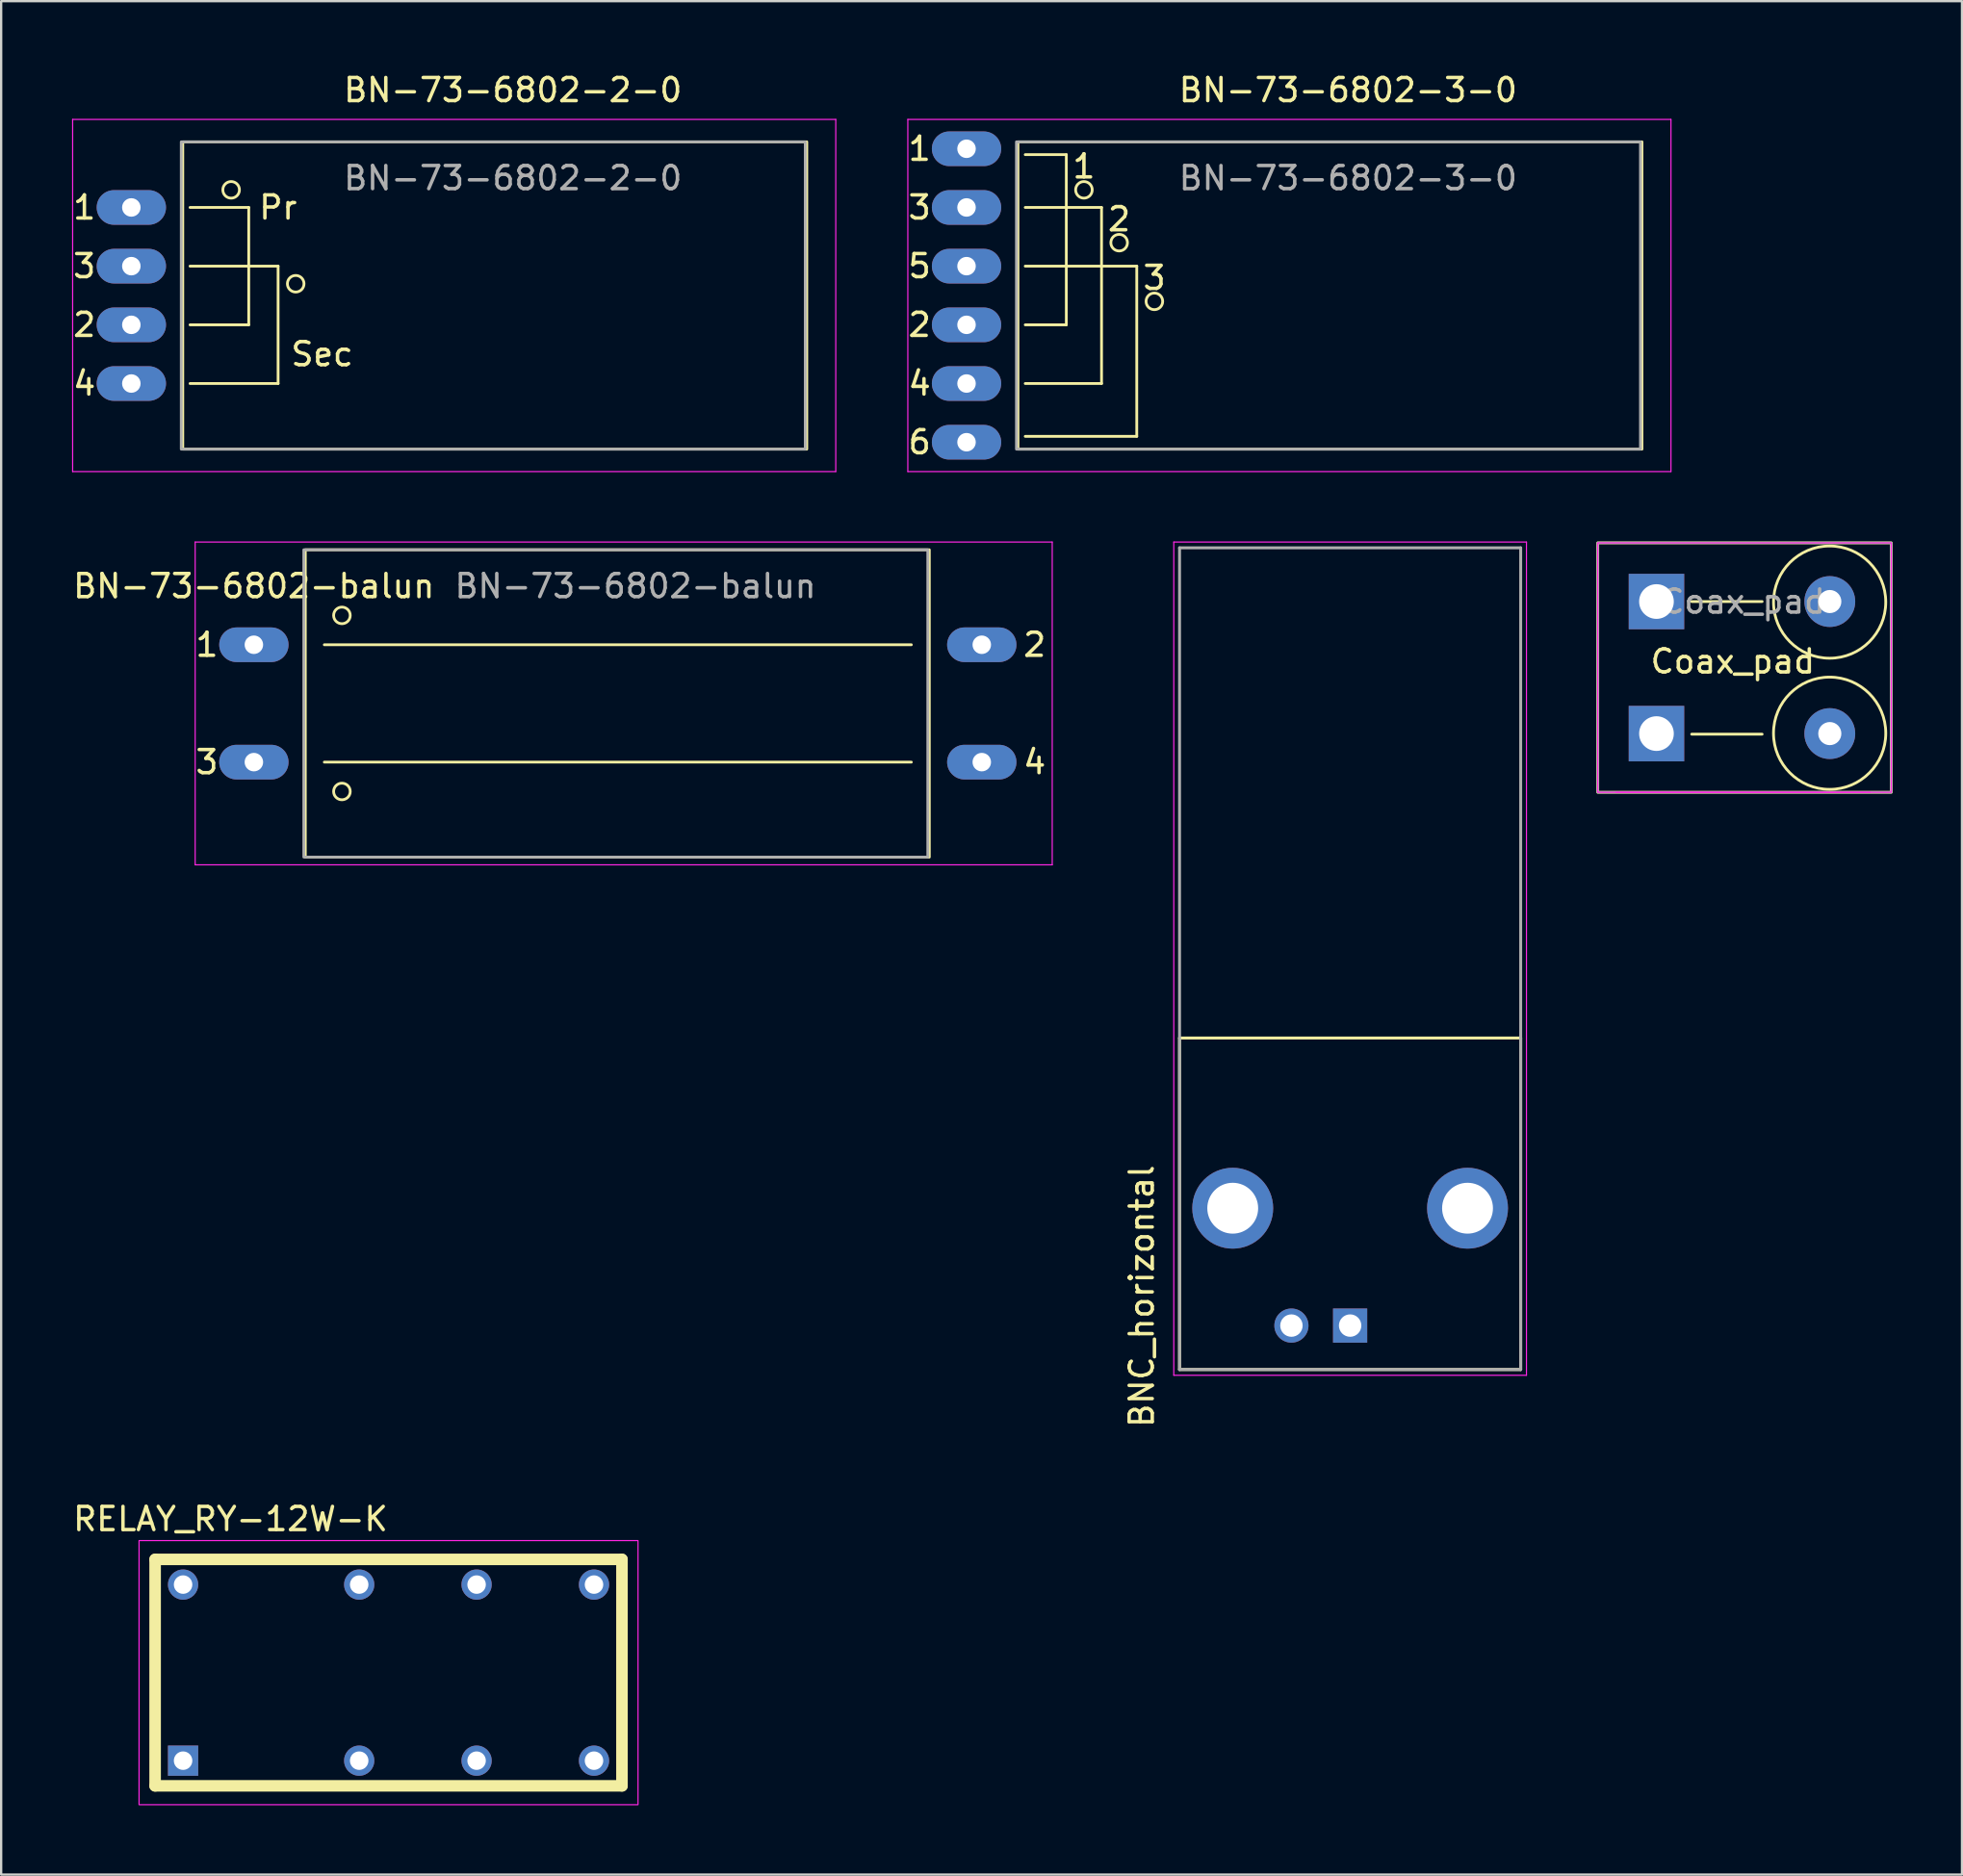
<source format=kicad_pcb>
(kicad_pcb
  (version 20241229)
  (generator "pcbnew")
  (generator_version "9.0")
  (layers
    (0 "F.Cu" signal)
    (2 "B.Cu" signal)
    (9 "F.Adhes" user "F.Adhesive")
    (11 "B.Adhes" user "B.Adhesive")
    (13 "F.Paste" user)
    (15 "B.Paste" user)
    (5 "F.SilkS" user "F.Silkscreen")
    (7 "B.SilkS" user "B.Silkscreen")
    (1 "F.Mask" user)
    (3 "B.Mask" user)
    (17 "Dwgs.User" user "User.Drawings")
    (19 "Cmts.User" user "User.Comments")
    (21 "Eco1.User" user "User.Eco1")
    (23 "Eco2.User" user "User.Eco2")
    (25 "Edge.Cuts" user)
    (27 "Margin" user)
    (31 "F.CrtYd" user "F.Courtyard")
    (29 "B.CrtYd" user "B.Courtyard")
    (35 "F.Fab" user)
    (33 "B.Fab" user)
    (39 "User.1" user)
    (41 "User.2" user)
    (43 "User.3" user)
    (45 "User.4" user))
  (footprint "BN-73-6802-balun"
    (layer "F.Cu")
    (at 7.935 24.853)
    (property "Reference" "BN-73-6802-balun" (at 0 -2.54 0) (layer "F.SilkS") (effects (font (size 1 1) (thickness 0.15))))
    (attr through_hole)
    (fp_line (start 3.048 0) (end 28.448 0) (stroke (width 0.12) (type solid)) (layer "F.SilkS"))
    (fp_line (start 28.448 5.08) (end 3.048 5.08) (stroke (width 0.12) (type solid)) (layer "F.SilkS"))
    (fp_rect (start 2.225 -4.11) (end 29.225 9.19) (stroke (width 0.12) (type solid)) (fill no) (layer "F.SilkS"))
    (fp_circle (center 3.81 -1.27) (end 4.064 -1.016) (stroke (width 0.12) (type solid)) (fill no) (layer "F.SilkS"))
    (fp_circle (center 3.81 6.35) (end 3.556 6.604) (stroke (width 0.12) (type solid)) (fill no) (layer "F.SilkS"))
    (fp_line (start -2.54 -4.445) (end -2.54 9.525) (stroke (width 0.05) (type solid)) (layer "F.CrtYd"))
    (fp_line (start -2.54 9.525) (end 34.544 9.525) (stroke (width 0.05) (type solid)) (layer "F.CrtYd"))
    (fp_line (start 34.544 -4.445) (end -2.54 -4.445) (stroke (width 0.05) (type solid)) (layer "F.CrtYd"))
    (fp_line (start 34.544 9.525) (end 34.544 -4.445) (stroke (width 0.05) (type solid)) (layer "F.CrtYd"))
    (fp_rect (start 2.16 -4.11) (end 29.16 9.19) (stroke (width 0.12) (type solid)) (fill no) (layer "F.Fab"))
    (fp_text user "4" (at 33.782 5.08 0) (unlocked yes) (layer "F.SilkS") (effects (font (size 1 1) (thickness 0.15))))
    (fp_text user "1" (at -2.032 0 0) (unlocked yes) (layer "F.SilkS") (effects (font (size 1 1) (thickness 0.15))))
    (fp_text user "3" (at -2.032 5.08 0) (unlocked yes) (layer "F.SilkS") (effects (font (size 1 1) (thickness 0.15))))
    (fp_text user "2" (at 33.782 0 0) (unlocked yes) (layer "F.SilkS") (effects (font (size 1 1) (thickness 0.15))))
    (fp_text user "${REFERENCE}" (at 16.51 -2.54 0) (layer "F.Fab") (effects (font (size 1 1) (thickness 0.15))))
    (pad "1" thru_hole oval (at 0 0) (size 3 1.5) (drill 0.8) (layers "*.Cu" "*.Mask"))
    (pad "2" thru_hole oval (at 31.496 0) (size 3 1.5) (drill 0.8) (layers "*.Cu" "*.Mask"))
    (pad "3" thru_hole oval (at 0 5.08) (size 3 1.5) (drill 0.8) (layers "*.Cu" "*.Mask"))
    (pad "4" thru_hole oval (at 31.496 5.08) (size 3 1.5) (drill 0.8) (layers "*.Cu" "*.Mask")))
  (footprint "BN-73-6802-2-0"
    (layer "F.Cu")
    (at 2.633 5.928)
    (property "Reference" "BN-73-6802-2-0" (at 16.51 -5.08 0) (layer "F.SilkS") (effects (font (size 1 1) (thickness 0.15))))
    (attr through_hole)
    (fp_line (start 2.54 0) (end 5.08 0) (stroke (width 0.12) (type solid)) (layer "F.SilkS"))
    (fp_line (start 2.54 2.54) (end 6.35 2.54) (stroke (width 0.12) (type solid)) (layer "F.SilkS"))
    (fp_line (start 5.08 0) (end 5.08 5.08) (stroke (width 0.12) (type solid)) (layer "F.SilkS"))
    (fp_line (start 5.08 5.08) (end 2.54 5.08) (stroke (width 0.12) (type solid)) (layer "F.SilkS"))
    (fp_line (start 6.35 2.54) (end 6.35 7.62) (stroke (width 0.12) (type solid)) (layer "F.SilkS"))
    (fp_line (start 6.35 7.62) (end 2.54 7.62) (stroke (width 0.12) (type solid)) (layer "F.SilkS"))
    (fp_rect (start 2.225 -2.84) (end 29.225 10.46) (stroke (width 0.12) (type solid)) (fill no) (layer "F.SilkS"))
    (fp_circle (center 4.318 -0.762) (end 4.572 -0.508) (stroke (width 0.12) (type solid)) (fill no) (layer "F.SilkS"))
    (fp_circle (center 7.112 3.302) (end 6.858 3.556) (stroke (width 0.12) (type solid)) (fill no) (layer "F.SilkS"))
    (fp_line (start -2.54 -3.81) (end -2.54 11.43) (stroke (width 0.05) (type solid)) (layer "F.CrtYd"))
    (fp_line (start -2.54 11.43) (end 30.48 11.43) (stroke (width 0.05) (type solid)) (layer "F.CrtYd"))
    (fp_line (start 30.48 -3.81) (end -2.54 -3.81) (stroke (width 0.05) (type solid)) (layer "F.CrtYd"))
    (fp_line (start 30.48 11.43) (end 30.48 -3.81) (stroke (width 0.05) (type solid)) (layer "F.CrtYd"))
    (fp_rect (start 2.16 -2.84) (end 29.16 10.46) (stroke (width 0.12) (type solid)) (fill no) (layer "F.Fab"))
    (fp_text user "3" (at -2.032 2.54 0) (unlocked yes) (layer "F.SilkS") (effects (font (size 1 1) (thickness 0.15))))
    (fp_text user "1" (at -2.032 0 0) (unlocked yes) (layer "F.SilkS") (effects (font (size 1 1) (thickness 0.15))))
    (fp_text user "4" (at -2.032 7.62 0) (unlocked yes) (layer "F.SilkS") (effects (font (size 1 1) (thickness 0.15))))
    (fp_text user "Sec" (at 8.255 6.35 0) (unlocked yes) (layer "F.SilkS") (effects (font (size 1 1) (thickness 0.15))))
    (fp_text user "Pr" (at 6.35 0 0) (unlocked yes) (layer "F.SilkS") (effects (font (size 1 1) (thickness 0.15))))
    (fp_text user "2" (at -2.032 5.08 0) (unlocked yes) (layer "F.SilkS") (effects (font (size 1 1) (thickness 0.15))))
    (fp_text user "${REFERENCE}" (at 16.51 -1.27 0) (layer "F.Fab") (effects (font (size 1 1) (thickness 0.15))))
    (pad "1" thru_hole oval (at 0 0) (size 3 1.5) (drill 0.8) (layers "*.Cu" "*.Mask"))
    (pad "2" thru_hole oval (at 0 5.08) (size 3 1.5) (drill 0.8) (layers "*.Cu" "*.Mask"))
    (pad "3" thru_hole oval (at 0 2.54) (size 3 1.5) (drill 0.8) (layers "*.Cu" "*.Mask"))
    (pad "4" thru_hole oval (at 0 7.62) (size 3 1.5) (drill 0.8) (layers "*.Cu" "*.Mask")))
  (footprint "BNC_horizontal"
    (layer "F.Cu")
    (at 55.369 49.238)
    (property "Reference" "BNC_horizontal" (at -9.017 3.81 270) (layer "F.SilkS") (effects (font (size 1 1) (thickness 0.15))))
    (attr through_hole)
    (fp_line (start -7.38 -7.366) (end 7.38 -7.366) (stroke (width 0.127) (type solid)) (layer "F.SilkS"))
    (fp_line (start -7.38 6.98) (end -7.38 -7.366) (stroke (width 0.127) (type solid)) (layer "F.SilkS"))
    (fp_line (start 7.38 -7.366) (end 7.38 6.98) (stroke (width 0.127) (type solid)) (layer "F.SilkS"))
    (fp_line (start 7.38 6.98) (end -7.38 6.98) (stroke (width 0.127) (type solid)) (layer "F.SilkS"))
    (fp_line (start -7.63 -28.83) (end 7.63 -28.83) (stroke (width 0.05) (type solid)) (layer "F.CrtYd"))
    (fp_line (start -7.63 7.23) (end -7.63 -28.83) (stroke (width 0.05) (type solid)) (layer "F.CrtYd"))
    (fp_line (start 7.63 -28.83) (end 7.63 7.23) (stroke (width 0.05) (type solid)) (layer "F.CrtYd"))
    (fp_line (start 7.63 7.23) (end -7.63 7.23) (stroke (width 0.05) (type solid)) (layer "F.CrtYd"))
    (fp_line (start -7.38 -28.58) (end 7.38 -28.58) (stroke (width 0.127) (type solid)) (layer "F.Fab"))
    (fp_line (start -7.38 6.98) (end -7.38 -28.58) (stroke (width 0.127) (type solid)) (layer "F.Fab"))
    (fp_line (start 7.38 -28.58) (end 7.38 6.98) (stroke (width 0.127) (type solid)) (layer "F.Fab"))
    (fp_line (start 7.38 6.98) (end -7.38 6.98) (stroke (width 0.127) (type solid)) (layer "F.Fab"))
    (pad "" thru_hole circle (at -5.08 0) (size 3.5 3.5) (drill 2.2) (layers "*.Cu" "*.Mask"))
    (pad "" thru_hole circle (at 5.08 0) (size 3.5 3.5) (drill 2.2) (layers "*.Cu" "*.Mask"))
    (pad "1" thru_hole rect (at 0 5.08) (size 1.478 1.478) (drill 0.97) (layers "*.Cu" "*.Mask"))
    (pad "2" thru_hole circle (at -2.54 5.08) (size 1.478 1.478) (drill 0.97) (layers "*.Cu" "*.Mask")))
  (footprint "BN-73-6802-3-0"
    (layer "F.Cu")
    (at 38.771 3.388)
    (property "Reference" "BN-73-6802-3-0" (at 16.51 -2.54 0) (layer "F.SilkS") (effects (font (size 1 1) (thickness 0.15))))
    (attr through_hole)
    (fp_line (start 2.54 0.254) (end 4.318 0.254) (stroke (width 0.12) (type solid)) (layer "F.SilkS"))
    (fp_line (start 2.54 2.54) (end 5.842 2.54) (stroke (width 0.12) (type solid)) (layer "F.SilkS"))
    (fp_line (start 2.54 5.08) (end 7.366 5.08) (stroke (width 0.12) (type solid)) (layer "F.SilkS"))
    (fp_line (start 4.318 0.254) (end 4.318 7.62) (stroke (width 0.12) (type solid)) (layer "F.SilkS"))
    (fp_line (start 4.318 7.62) (end 2.54 7.62) (stroke (width 0.12) (type solid)) (layer "F.SilkS"))
    (fp_line (start 5.842 2.54) (end 5.842 10.16) (stroke (width 0.12) (type solid)) (layer "F.SilkS"))
    (fp_line (start 5.842 10.16) (end 2.54 10.16) (stroke (width 0.12) (type solid)) (layer "F.SilkS"))
    (fp_line (start 7.366 5.08) (end 7.366 12.446) (stroke (width 0.12) (type solid)) (layer "F.SilkS"))
    (fp_line (start 7.366 12.446) (end 2.54 12.446) (stroke (width 0.12) (type solid)) (layer "F.SilkS"))
    (fp_rect (start 2.225 -0.3) (end 29.225 13) (stroke (width 0.12) (type solid)) (fill no) (layer "F.SilkS"))
    (fp_circle (center 5.08 1.778) (end 5.334 2.032) (stroke (width 0.12) (type solid)) (fill no) (layer "F.SilkS"))
    (fp_circle (center 6.604 4.064) (end 6.858 4.318) (stroke (width 0.12) (type solid)) (fill no) (layer "F.SilkS"))
    (fp_circle (center 8.128 6.604) (end 8.382 6.858) (stroke (width 0.12) (type solid)) (fill no) (layer "F.SilkS"))
    (fp_line (start -2.54 -1.27) (end -2.54 13.97) (stroke (width 0.05) (type solid)) (layer "F.CrtYd"))
    (fp_line (start -2.54 13.97) (end 30.48 13.97) (stroke (width 0.05) (type solid)) (layer "F.CrtYd"))
    (fp_line (start 30.48 -1.27) (end -2.54 -1.27) (stroke (width 0.05) (type solid)) (layer "F.CrtYd"))
    (fp_line (start 30.48 13.97) (end 30.48 -1.27) (stroke (width 0.05) (type solid)) (layer "F.CrtYd"))
    (fp_rect (start 2.16 -0.3) (end 29.16 13) (stroke (width 0.12) (type solid)) (fill no) (layer "F.Fab"))
    (fp_text user "6" (at -2.032 12.7 0) (unlocked yes) (layer "F.SilkS") (effects (font (size 1 1) (thickness 0.15))))
    (fp_text user "4" (at -2.032 10.16 0) (unlocked yes) (layer "F.SilkS") (effects (font (size 1 1) (thickness 0.15))))
    (fp_text user "1" (at 5.08 0.762 0) (unlocked yes) (layer "F.SilkS") (effects (font (size 1 1) (thickness 0.15))))
    (fp_text user "5" (at -2.032 5.08 0) (unlocked yes) (layer "F.SilkS") (effects (font (size 1 1) (thickness 0.15))))
    (fp_text user "2" (at 6.604 3.048 0) (unlocked yes) (layer "F.SilkS") (effects (font (size 1 1) (thickness 0.15))))
    (fp_text user "2" (at -2.032 7.62 0) (unlocked yes) (layer "F.SilkS") (effects (font (size 1 1) (thickness 0.15))))
    (fp_text user "1" (at -2.032 0 0) (unlocked yes) (layer "F.SilkS") (effects (font (size 1 1) (thickness 0.15))))
    (fp_text user "3" (at -2.032 2.54 0) (unlocked yes) (layer "F.SilkS") (effects (font (size 1 1) (thickness 0.15))))
    (fp_text user "3" (at 8.128 5.588 0) (unlocked yes) (layer "F.SilkS") (effects (font (size 1 1) (thickness 0.15))))
    (fp_text user "${REFERENCE}" (at 16.51 1.27 0) (layer "F.Fab") (effects (font (size 1 1) (thickness 0.15))))
    (pad "1" thru_hole oval (at 0 0) (size 3 1.5) (drill 0.8) (layers "*.Cu" "*.Mask"))
    (pad "2" thru_hole oval (at 0 7.62) (size 3 1.5) (drill 0.8) (layers "*.Cu" "*.Mask"))
    (pad "3" thru_hole oval (at 0 2.54) (size 3 1.5) (drill 0.8) (layers "*.Cu" "*.Mask"))
    (pad "4" thru_hole oval (at 0 10.16) (size 3 1.5) (drill 0.8) (layers "*.Cu" "*.Mask"))
    (pad "5" thru_hole oval (at 0 5.08) (size 3 1.5) (drill 0.8) (layers "*.Cu" "*.Mask"))
    (pad "6" thru_hole oval (at 0 12.7) (size 3 1.5) (drill 0.8) (layers "*.Cu" "*.Mask")))
  (footprint "RELAY_RY-12W-K"
    (layer "F.Cu")
    (at 4.872 73.147)
    (property "Reference" "RELAY_RY-12W-K" (at 2.051 -10.458 0) (layer "F.SilkS") (effects (font (size 1.002 1.002) (thickness 0.15))))
    (attr through_hole)
    (fp_line (start -1.21 -8.71) (end -1.21 1.09) (stroke (width 0.5) (type solid)) (layer "F.SilkS"))
    (fp_line (start -1.21 1.09) (end 18.99 1.09) (stroke (width 0.5) (type solid)) (layer "F.SilkS"))
    (fp_line (start 18.99 -8.71) (end -1.21 -8.71) (stroke (width 0.5) (type solid)) (layer "F.SilkS"))
    (fp_line (start 18.99 1.09) (end 18.99 -8.71) (stroke (width 0.5) (type solid)) (layer "F.SilkS"))
    (fp_rect (start -1.905 -9.525) (end 19.685 1.905) (stroke (width 0.05) (type solid)) (fill no) (layer "F.CrtYd"))
    (pad "1" thru_hole rect (at 0 0) (size 1.308 1.308) (drill 0.8) (layers "*.Cu" "*.Mask"))
    (pad "4" thru_hole circle (at 7.62 0) (size 1.308 1.308) (drill 0.8) (layers "*.Cu" "*.Mask"))
    (pad "6" thru_hole circle (at 12.7 0) (size 1.308 1.308) (drill 0.8) (layers "*.Cu" "*.Mask"))
    (pad "8" thru_hole circle (at 17.78 0) (size 1.308 1.308) (drill 0.8) (layers "*.Cu" "*.Mask"))
    (pad "9" thru_hole circle (at 17.78 -7.62) (size 1.308 1.308) (drill 0.8) (layers "*.Cu" "*.Mask"))
    (pad "11" thru_hole circle (at 12.7 -7.62) (size 1.308 1.308) (drill 0.8) (layers "*.Cu" "*.Mask"))
    (pad "13" thru_hole circle (at 7.62 -7.62) (size 1.308 1.308) (drill 0.8) (layers "*.Cu" "*.Mask"))
    (pad "16" thru_hole circle (at 0 -7.62) (size 1.308 1.308) (drill 0.8) (layers "*.Cu" "*.Mask")))
  (footprint "Coax_pad"
    (layer "F.Cu")
    (at 68.624 22.983)
    (property "Reference" "Coax_pad" (at 3.302 2.591 0) (layer "F.SilkS") (effects (font (size 1 1) (thickness 0.15))))
    (attr through_hole)
    (fp_line (start 1.524 0) (end 4.572 0) (stroke (width 0.12) (type solid)) (layer "F.SilkS"))
    (fp_line (start 1.524 5.74) (end 4.572 5.74) (stroke (width 0.12) (type solid)) (layer "F.SilkS"))
    (fp_rect (start -2.54 -2.54) (end 10.16 8.255) (stroke (width 0.12) (type solid)) (fill no) (layer "F.SilkS"))
    (fp_circle (center 7.493 0.025) (end 8.966 -1.905) (stroke (width 0.12) (type solid)) (fill no) (layer "F.SilkS"))
    (fp_circle (center 7.493 5.7) (end 8.966 3.769) (stroke (width 0.12) (type solid)) (fill no) (layer "F.SilkS"))
    (fp_line (start -1.75 8.255) (end 9.25 8.255) (stroke (width 0.05) (type solid)) (layer "F.CrtYd"))
    (fp_rect (start -2.54 -2.54) (end 10.16 8.255) (stroke (width 0.05) (type solid)) (fill no) (layer "F.CrtYd"))
    (fp_rect (start -2.54 -2.54) (end 10.16 8.255) (stroke (width 0.1) (type solid)) (fill no) (layer "F.Fab"))
    (fp_text user "${REFERENCE}" (at 3.75 0 0) (layer "F.Fab") (effects (font (size 1 1) (thickness 0.15))))
    (pad "1" thru_hole rect (at 0 0) (size 2.4 2.4) (drill 1.5) (layers "*.Cu" "*.Mask"))
    (pad "1" thru_hole rect (at 0 5.715) (size 2.4 2.4) (drill 1.5) (layers "*.Cu" "*.Mask"))
    (pad "2" thru_hole circle (at 7.5 0) (size 2.2 2.2) (drill 1) (layers "*.Cu" "*.Mask"))
    (pad "2" thru_hole circle (at 7.5 5.715) (size 2.2 2.2) (drill 1) (layers "*.Cu" "*.Mask")))
  (gr_rect
    (start -3 -3)
    (end 81.844 78.077)
    (stroke (width 0.1) (type default))
    (fill no)
    (layer "Edge.Cuts")))
</source>
